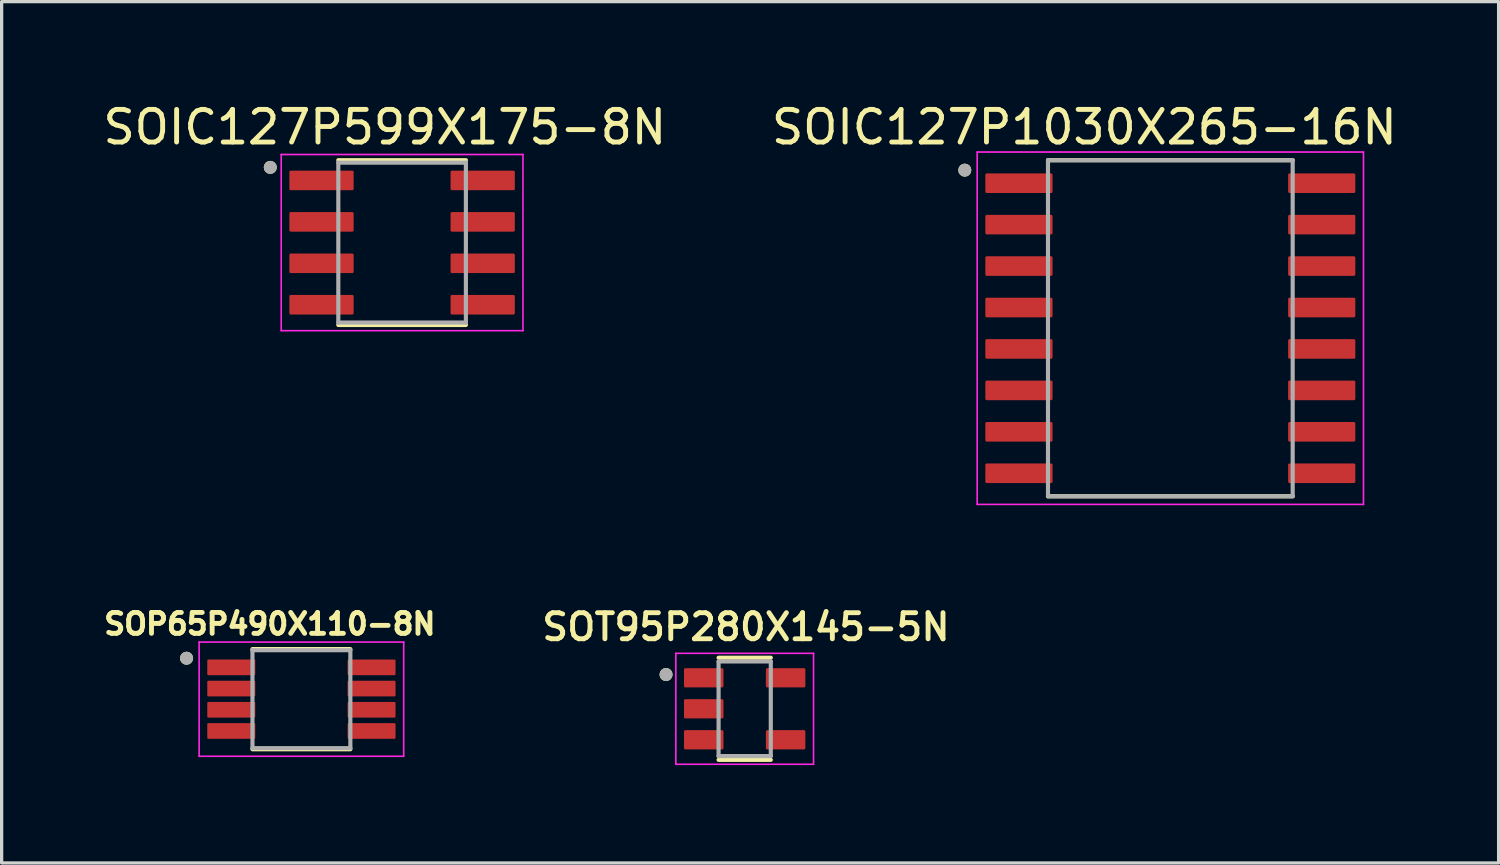
<source format=kicad_pcb>
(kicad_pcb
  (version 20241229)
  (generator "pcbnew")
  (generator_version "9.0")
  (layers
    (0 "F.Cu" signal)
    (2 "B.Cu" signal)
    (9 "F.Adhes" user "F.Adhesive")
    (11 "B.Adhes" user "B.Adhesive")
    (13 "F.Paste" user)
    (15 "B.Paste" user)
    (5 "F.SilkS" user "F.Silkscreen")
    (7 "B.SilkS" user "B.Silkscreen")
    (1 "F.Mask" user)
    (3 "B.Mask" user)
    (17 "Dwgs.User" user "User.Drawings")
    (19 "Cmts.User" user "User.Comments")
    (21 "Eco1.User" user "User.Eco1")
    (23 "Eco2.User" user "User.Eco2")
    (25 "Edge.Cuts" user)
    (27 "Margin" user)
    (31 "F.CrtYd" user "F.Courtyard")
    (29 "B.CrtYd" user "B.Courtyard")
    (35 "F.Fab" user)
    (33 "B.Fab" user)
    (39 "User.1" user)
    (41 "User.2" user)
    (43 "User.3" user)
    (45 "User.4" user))
  (footprint "SOIC127P1030X265-16N"
    (layer "F.Cu")
    (at 32.82 7.01)
    (property "Reference" "SOIC127P1030X265-16N" (at -2.635 -6.162 0) (layer "F.SilkS") (effects (font (size 1 1) (thickness 0.15))))
    (attr through_hole)
    (fp_line (start -3.75 -5.15) (end 3.75 -5.15) (stroke (width 0.127) (type solid)) (layer "F.SilkS"))
    (fp_line (start -3.75 5.15) (end 3.75 5.15) (stroke (width 0.127) (type solid)) (layer "F.SilkS"))
    (fp_circle (center -6.3 -4.845) (end -6.2 -4.845) (stroke (width 0.2) (type solid)) (fill no) (layer "F.SilkS"))
    (fp_line (start -5.92 -5.4) (end -5.92 5.4) (stroke (width 0.05) (type solid)) (layer "F.CrtYd"))
    (fp_line (start -5.92 -5.4) (end 5.92 -5.4) (stroke (width 0.05) (type solid)) (layer "F.CrtYd"))
    (fp_line (start -5.92 5.4) (end 5.92 5.4) (stroke (width 0.05) (type solid)) (layer "F.CrtYd"))
    (fp_line (start 5.92 -5.4) (end 5.92 5.4) (stroke (width 0.05) (type solid)) (layer "F.CrtYd"))
    (fp_line (start -3.75 -5.15) (end -3.75 5.15) (stroke (width 0.127) (type solid)) (layer "F.Fab"))
    (fp_line (start -3.75 -5.15) (end 3.75 -5.15) (stroke (width 0.127) (type solid)) (layer "F.Fab"))
    (fp_line (start -3.75 5.15) (end 3.75 5.15) (stroke (width 0.127) (type solid)) (layer "F.Fab"))
    (fp_line (start 3.75 -5.15) (end 3.75 5.15) (stroke (width 0.127) (type solid)) (layer "F.Fab"))
    (fp_circle (center -6.3 -4.845) (end -6.2 -4.845) (stroke (width 0.2) (type solid)) (fill no) (layer "F.Fab"))
    (pad "1" smd roundrect (at -4.64 -4.445) (size 2.06 0.6) (layers "F.Cu" "F.Mask" "F.Paste") (roundrect_rratio 0.07))
    (pad "2" smd roundrect (at -4.64 -3.175) (size 2.06 0.6) (layers "F.Cu" "F.Mask" "F.Paste") (roundrect_rratio 0.07))
    (pad "3" smd roundrect (at -4.64 -1.905) (size 2.06 0.6) (layers "F.Cu" "F.Mask" "F.Paste") (roundrect_rratio 0.07))
    (pad "4" smd roundrect (at -4.64 -0.635) (size 2.06 0.6) (layers "F.Cu" "F.Mask" "F.Paste") (roundrect_rratio 0.07))
    (pad "5" smd roundrect (at -4.64 0.635) (size 2.06 0.6) (layers "F.Cu" "F.Mask" "F.Paste") (roundrect_rratio 0.07))
    (pad "6" smd roundrect (at -4.64 1.905) (size 2.06 0.6) (layers "F.Cu" "F.Mask" "F.Paste") (roundrect_rratio 0.07))
    (pad "7" smd roundrect (at -4.64 3.175) (size 2.06 0.6) (layers "F.Cu" "F.Mask" "F.Paste") (roundrect_rratio 0.07))
    (pad "8" smd roundrect (at -4.64 4.445) (size 2.06 0.6) (layers "F.Cu" "F.Mask" "F.Paste") (roundrect_rratio 0.07))
    (pad "9" smd roundrect (at 4.64 4.445) (size 2.06 0.6) (layers "F.Cu" "F.Mask" "F.Paste") (roundrect_rratio 0.07))
    (pad "10" smd roundrect (at 4.64 3.175) (size 2.06 0.6) (layers "F.Cu" "F.Mask" "F.Paste") (roundrect_rratio 0.07))
    (pad "11" smd roundrect (at 4.64 1.905) (size 2.06 0.6) (layers "F.Cu" "F.Mask" "F.Paste") (roundrect_rratio 0.07))
    (pad "12" smd roundrect (at 4.64 0.635) (size 2.06 0.6) (layers "F.Cu" "F.Mask" "F.Paste") (roundrect_rratio 0.07))
    (pad "13" smd roundrect (at 4.64 -0.635) (size 2.06 0.6) (layers "F.Cu" "F.Mask" "F.Paste") (roundrect_rratio 0.07))
    (pad "14" smd roundrect (at 4.64 -1.905) (size 2.06 0.6) (layers "F.Cu" "F.Mask" "F.Paste") (roundrect_rratio 0.07))
    (pad "15" smd roundrect (at 4.64 -3.175) (size 2.06 0.6) (layers "F.Cu" "F.Mask" "F.Paste") (roundrect_rratio 0.07))
    (pad "16" smd roundrect (at 4.64 -4.445) (size 2.06 0.6) (layers "F.Cu" "F.Mask" "F.Paste") (roundrect_rratio 0.07)))
  (footprint "SOIC127P599X175-8N"
    (layer "F.Cu")
    (at 9.274 4.385)
    (property "Reference" "SOIC127P599X175-8N" (at -0.53 -3.537 0) (layer "F.SilkS") (effects (font (size 1 1) (thickness 0.15))))
    (attr through_hole)
    (fp_line (start -1.955 -2.525) (end 1.955 -2.525) (stroke (width 0.127) (type solid)) (layer "F.SilkS"))
    (fp_line (start -1.955 2.525) (end 1.955 2.525) (stroke (width 0.127) (type solid)) (layer "F.SilkS"))
    (fp_circle (center -4.04 -2.305) (end -3.94 -2.305) (stroke (width 0.2) (type solid)) (fill no) (layer "F.SilkS"))
    (fp_line (start -3.705 -2.7) (end -3.705 2.7) (stroke (width 0.05) (type solid)) (layer "F.CrtYd"))
    (fp_line (start -3.705 -2.7) (end 3.705 -2.7) (stroke (width 0.05) (type solid)) (layer "F.CrtYd"))
    (fp_line (start -3.705 2.7) (end 3.705 2.7) (stroke (width 0.05) (type solid)) (layer "F.CrtYd"))
    (fp_line (start 3.705 -2.7) (end 3.705 2.7) (stroke (width 0.05) (type solid)) (layer "F.CrtYd"))
    (fp_line (start -1.955 -2.45) (end -1.955 2.45) (stroke (width 0.127) (type solid)) (layer "F.Fab"))
    (fp_line (start -1.955 -2.45) (end 1.955 -2.45) (stroke (width 0.127) (type solid)) (layer "F.Fab"))
    (fp_line (start -1.955 2.45) (end 1.955 2.45) (stroke (width 0.127) (type solid)) (layer "F.Fab"))
    (fp_line (start 1.955 -2.45) (end 1.955 2.45) (stroke (width 0.127) (type solid)) (layer "F.Fab"))
    (fp_circle (center -4.04 -2.305) (end -3.94 -2.305) (stroke (width 0.2) (type solid)) (fill no) (layer "F.Fab"))
    (pad "1" smd roundrect (at -2.47 -1.905) (size 1.97 0.6) (layers "F.Cu" "F.Mask" "F.Paste") (roundrect_rratio 0.07))
    (pad "2" smd roundrect (at -2.47 -0.635) (size 1.97 0.6) (layers "F.Cu" "F.Mask" "F.Paste") (roundrect_rratio 0.07))
    (pad "3" smd roundrect (at -2.47 0.635) (size 1.97 0.6) (layers "F.Cu" "F.Mask" "F.Paste") (roundrect_rratio 0.07))
    (pad "4" smd roundrect (at -2.47 1.905) (size 1.97 0.6) (layers "F.Cu" "F.Mask" "F.Paste") (roundrect_rratio 0.07))
    (pad "5" smd roundrect (at 2.47 1.905) (size 1.97 0.6) (layers "F.Cu" "F.Mask" "F.Paste") (roundrect_rratio 0.07))
    (pad "6" smd roundrect (at 2.47 0.635) (size 1.97 0.6) (layers "F.Cu" "F.Mask" "F.Paste") (roundrect_rratio 0.07))
    (pad "7" smd roundrect (at 2.47 -0.635) (size 1.97 0.6) (layers "F.Cu" "F.Mask" "F.Paste") (roundrect_rratio 0.07))
    (pad "8" smd roundrect (at 2.47 -1.905) (size 1.97 0.6) (layers "F.Cu" "F.Mask" "F.Paste") (roundrect_rratio 0.07)))
  (footprint "SOP65P490X110-8N"
    (layer "F.Cu")
    (at 6.188 18.379)
    (property "Reference" "SOP65P490X110-8N" (at -0.968 -2.306 0) (layer "F.SilkS") (effects (font (size 0.64 0.64) (thickness 0.15))))
    (attr through_hole)
    (fp_line (start -1.5 -1.535) (end 1.5 -1.535) (stroke (width 0.127) (type solid)) (layer "F.SilkS"))
    (fp_line (start -1.5 1.535) (end 1.5 1.535) (stroke (width 0.127) (type solid)) (layer "F.SilkS"))
    (fp_circle (center -3.52 -1.255) (end -3.42 -1.255) (stroke (width 0.2) (type solid)) (fill no) (layer "F.SilkS"))
    (fp_line (start -3.135 -1.75) (end -3.135 1.75) (stroke (width 0.05) (type solid)) (layer "F.CrtYd"))
    (fp_line (start -3.135 -1.75) (end 3.135 -1.75) (stroke (width 0.05) (type solid)) (layer "F.CrtYd"))
    (fp_line (start -3.135 1.75) (end 3.135 1.75) (stroke (width 0.05) (type solid)) (layer "F.CrtYd"))
    (fp_line (start 3.135 -1.75) (end 3.135 1.75) (stroke (width 0.05) (type solid)) (layer "F.CrtYd"))
    (fp_line (start -1.5 -1.5) (end -1.5 1.5) (stroke (width 0.127) (type solid)) (layer "F.Fab"))
    (fp_line (start -1.5 -1.5) (end 1.5 -1.5) (stroke (width 0.127) (type solid)) (layer "F.Fab"))
    (fp_line (start -1.5 1.5) (end 1.5 1.5) (stroke (width 0.127) (type solid)) (layer "F.Fab"))
    (fp_line (start 1.5 -1.5) (end 1.5 1.5) (stroke (width 0.127) (type solid)) (layer "F.Fab"))
    (fp_circle (center -3.52 -1.255) (end -3.42 -1.255) (stroke (width 0.2) (type solid)) (fill no) (layer "F.Fab"))
    (pad "1" smd roundrect (at -2.15 -0.975) (size 1.47 0.48) (layers "F.Cu" "F.Mask" "F.Paste") (roundrect_rratio 0.06))
    (pad "2" smd roundrect (at -2.15 -0.325) (size 1.47 0.48) (layers "F.Cu" "F.Mask" "F.Paste") (roundrect_rratio 0.06))
    (pad "3" smd roundrect (at -2.15 0.325) (size 1.47 0.48) (layers "F.Cu" "F.Mask" "F.Paste") (roundrect_rratio 0.06))
    (pad "4" smd roundrect (at -2.15 0.975) (size 1.47 0.48) (layers "F.Cu" "F.Mask" "F.Paste") (roundrect_rratio 0.06))
    (pad "5" smd roundrect (at 2.15 0.975) (size 1.47 0.48) (layers "F.Cu" "F.Mask" "F.Paste") (roundrect_rratio 0.06))
    (pad "6" smd roundrect (at 2.15 0.325) (size 1.47 0.48) (layers "F.Cu" "F.Mask" "F.Paste") (roundrect_rratio 0.06))
    (pad "7" smd roundrect (at 2.15 -0.325) (size 1.47 0.48) (layers "F.Cu" "F.Mask" "F.Paste") (roundrect_rratio 0.06))
    (pad "8" smd roundrect (at 2.15 -0.975) (size 1.47 0.48) (layers "F.Cu" "F.Mask" "F.Paste") (roundrect_rratio 0.06)))
  (footprint "SOT95P280X145-5N"
    (layer "F.Cu")
    (at 19.774 18.674)
    (property "Reference" "SOT95P280X145-5N" (at 0.04 -2.508 0) (layer "F.SilkS") (effects (font (size 0.8 0.8) (thickness 0.15))))
    (attr through_hole)
    (fp_line (start -0.8 -1.565) (end 0.8 -1.565) (stroke (width 0.127) (type solid)) (layer "F.SilkS"))
    (fp_line (start 0.8 1.565) (end -0.8 1.565) (stroke (width 0.127) (type solid)) (layer "F.SilkS"))
    (fp_circle (center -2.41 -1.05) (end -2.31 -1.05) (stroke (width 0.2) (type solid)) (fill no) (layer "F.SilkS"))
    (fp_line (start -2.11 -1.7) (end 2.11 -1.7) (stroke (width 0.05) (type solid)) (layer "F.CrtYd"))
    (fp_line (start -2.11 1.7) (end -2.11 -1.7) (stroke (width 0.05) (type solid)) (layer "F.CrtYd"))
    (fp_line (start 2.11 -1.7) (end 2.11 1.7) (stroke (width 0.05) (type solid)) (layer "F.CrtYd"))
    (fp_line (start 2.11 1.7) (end -2.11 1.7) (stroke (width 0.05) (type solid)) (layer "F.CrtYd"))
    (fp_line (start -0.8 -1.45) (end 0.8 -1.45) (stroke (width 0.127) (type solid)) (layer "F.Fab"))
    (fp_line (start -0.8 1.45) (end -0.8 -1.45) (stroke (width 0.127) (type solid)) (layer "F.Fab"))
    (fp_line (start 0.8 -1.45) (end 0.8 1.45) (stroke (width 0.127) (type solid)) (layer "F.Fab"))
    (fp_line (start 0.8 1.45) (end -0.8 1.45) (stroke (width 0.127) (type solid)) (layer "F.Fab"))
    (fp_circle (center -2.41 -1.05) (end -2.31 -1.05) (stroke (width 0.2) (type solid)) (fill no) (layer "F.Fab"))
    (pad "1" smd roundrect (at -1.255 -0.95) (size 1.21 0.59) (layers "F.Cu" "F.Mask" "F.Paste") (roundrect_rratio 0.07))
    (pad "2" smd roundrect (at -1.255 0) (size 1.21 0.59) (layers "F.Cu" "F.Mask" "F.Paste") (roundrect_rratio 0.07))
    (pad "3" smd roundrect (at -1.255 0.95) (size 1.21 0.59) (layers "F.Cu" "F.Mask" "F.Paste") (roundrect_rratio 0.07))
    (pad "4" smd roundrect (at 1.255 0.95) (size 1.21 0.59) (layers "F.Cu" "F.Mask" "F.Paste") (roundrect_rratio 0.07))
    (pad "5" smd roundrect (at 1.255 -0.95) (size 1.21 0.59) (layers "F.Cu" "F.Mask" "F.Paste") (roundrect_rratio 0.07)))
  (gr_rect
    (start -3 -3)
    (end 42.881 23.399)
    (stroke (width 0.1) (type default))
    (fill no)
    (layer "Edge.Cuts")))
</source>
